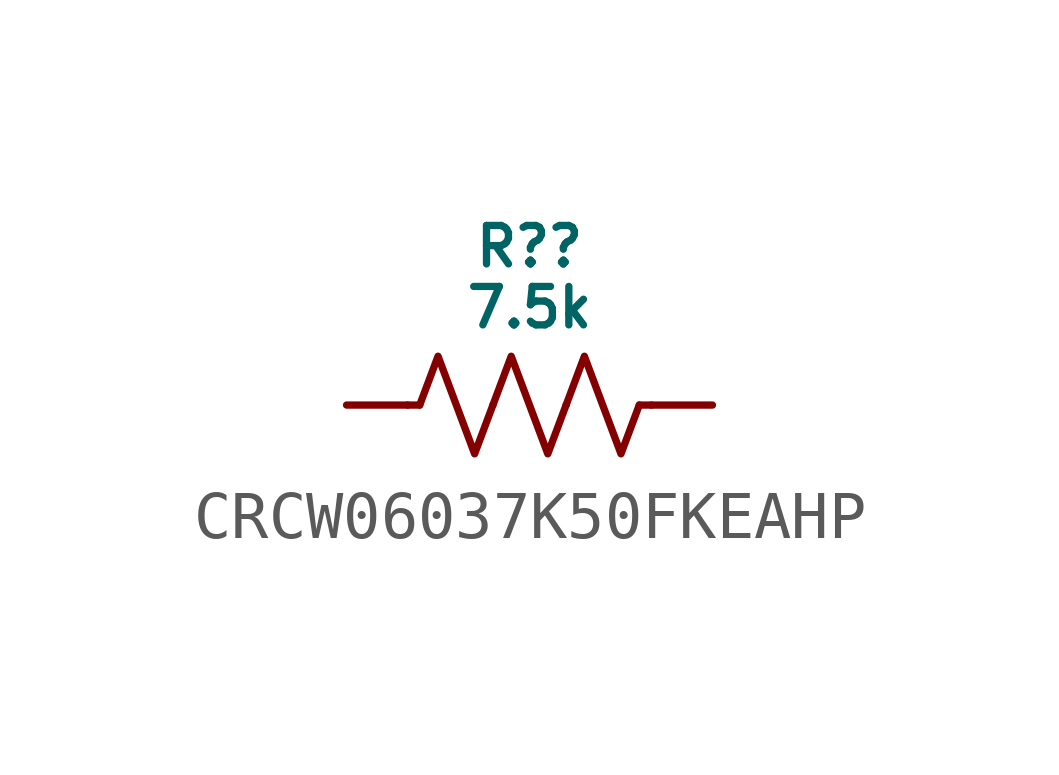
<source format=kicad_sym>
(kicad_symbol_lib
  (version 20231120)
  (generator "kicad_symbol_editor")
  (generator_version "8.0")
  (symbol "CRCW06037K50FKEAHP"
    (pin_numbers hide)
    (pin_names hide)
    (property "Reference" "R?"
      (at 0 3.302 0)
      (do_not_autoplace)
      (effects (font (size 0.8 0.8))))
    (property "Value" "7.5k"
      (at 0 2.032 0)
      (do_not_autoplace)
      (effects (font (size 0.8 0.8))))
    (symbol "CRCW06037K50FKEAHP_0_1"
      (polyline (pts (xy -2.286 0) (xy -2.54 0)) (stroke (width 0) (type default)) (fill (type none)))
      (polyline (pts (xy 2.286 0) (xy 2.54 0)) (stroke (width 0) (type default)) (fill (type none)))
      (polyline (pts (xy -2.286 0) (xy -1.905 1.016) (xy -1.524 0) (xy -1.143 -1.016) (xy -0.762 0)) (stroke (width 0) (type default)) (fill (type none)))
      (polyline (pts (xy -0.762 0) (xy -0.381 1.016) (xy 0 0) (xy 0.381 -1.016) (xy 0.762 0)) (stroke (width 0) (type default)) (fill (type none)))
      (polyline (pts (xy 0.762 0) (xy 1.143 1.016) (xy 1.524 0) (xy 1.905 -1.016) (xy 2.286 0)) (stroke (width 0) (type default)) (fill (type none))))
    (symbol "CRCW06037K50FKEAHP_1_0"
      (pin passive line (at -3.81 0 0) (length 1.27) (name "" (effects (font (size 0.8 0.8)))) (number "1" (effects (font (size 0.8 0.8)))))
      (pin passive line (at 3.81 0 180) (length 1.27) (name "" (effects (font (size 0.8 0.8)))) (number "2" (effects (font (size 0.8 0.8))))))))
</source>
